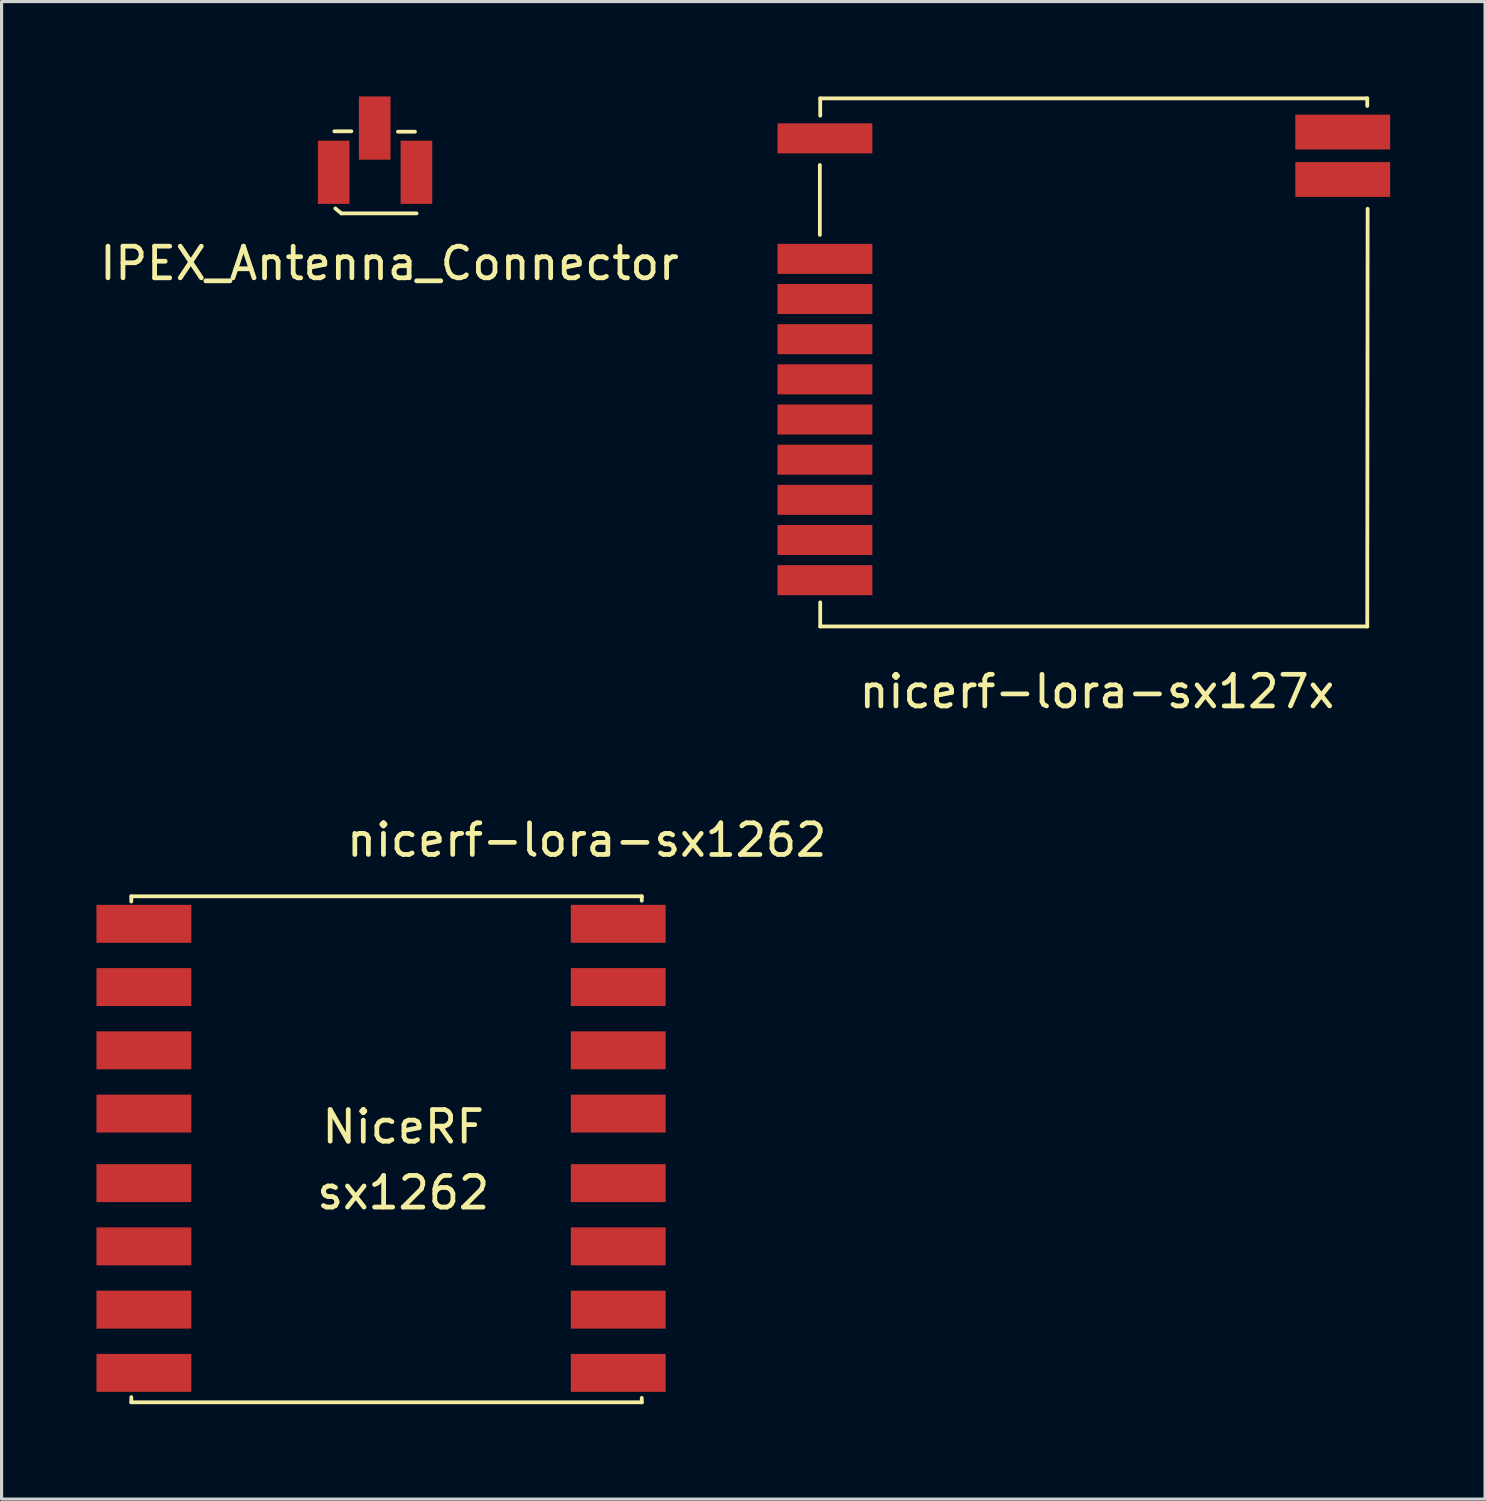
<source format=kicad_pcb>
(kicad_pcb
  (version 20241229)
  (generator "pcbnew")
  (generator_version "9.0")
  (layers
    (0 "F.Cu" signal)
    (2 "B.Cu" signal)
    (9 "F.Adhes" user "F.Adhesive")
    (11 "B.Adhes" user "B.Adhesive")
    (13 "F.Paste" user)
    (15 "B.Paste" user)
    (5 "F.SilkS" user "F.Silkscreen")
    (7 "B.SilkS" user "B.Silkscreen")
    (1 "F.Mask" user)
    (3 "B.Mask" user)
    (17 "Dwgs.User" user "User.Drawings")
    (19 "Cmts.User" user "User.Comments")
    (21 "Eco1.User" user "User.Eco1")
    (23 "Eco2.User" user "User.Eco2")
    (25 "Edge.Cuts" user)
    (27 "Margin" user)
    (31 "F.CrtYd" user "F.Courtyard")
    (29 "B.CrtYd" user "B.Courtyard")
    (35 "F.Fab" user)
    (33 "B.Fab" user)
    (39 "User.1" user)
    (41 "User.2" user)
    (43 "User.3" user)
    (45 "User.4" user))
  (footprint "IPEX_Antenna_Connector"
    (layer "F.Cu")
    (at 8.823 2.397)
    (property "Reference" "IPEX_Antenna_Connector" (at 0.445 2.883 0) (layer "F.SilkS") (effects (font (size 1 1) (thickness 0.15))))
    (attr through_hole)
    (fp_line (start -1.3 -1.295) (end -0.762 -1.295) (stroke (width 0.12) (type solid)) (layer "F.SilkS"))
    (fp_line (start -1.079 1.3) (end -1.27 1.143) (stroke (width 0.12) (type solid)) (layer "F.SilkS"))
    (fp_line (start -1.079 1.3) (end 1.3 1.3) (stroke (width 0.12) (type solid)) (layer "F.SilkS"))
    (fp_line (start 0.711 -1.283) (end 1.249 -1.283) (stroke (width 0.12) (type solid)) (layer "F.SilkS"))
    (pad "1" smd rect (at -1.321 0 270) (size 2 1) (layers "F.Cu" "F.Mask" "F.Paste"))
    (pad "1" smd rect (at 1.295 0) (size 1 2) (layers "F.Cu" "F.Mask" "F.Paste"))
    (pad "2" smd rect (at -0.025 -1.397 270) (size 2 1) (layers "F.Cu" "F.Mask" "F.Paste")))
  (footprint "nicerf-lora-sx1262"
    (layer "F.Cu")
    (at 10.5 33.763)
    (property "Reference" "nicerf-lora-sx1262" (at 5.004 -10.249 0) (layer "F.SilkS") (effects (font (size 1 1) (thickness 0.15))))
    (attr through_hole)
    (fp_line (start -9.398 -8.47) (end 6.744 -8.47) (stroke (width 0.12) (type solid)) (layer "F.SilkS"))
    (fp_line (start -9.398 -8.306) (end -9.398 -8.471) (stroke (width 0.12) (type solid)) (layer "F.SilkS"))
    (fp_line (start -9.398 7.531) (end -9.398 7.366) (stroke (width 0.12) (type solid)) (layer "F.SilkS"))
    (fp_line (start -9.398 7.531) (end 6.744 7.531) (stroke (width 0.12) (type solid)) (layer "F.SilkS"))
    (fp_line (start 6.744 -8.471) (end 6.744 -8.331) (stroke (width 0.12) (type solid)) (layer "F.SilkS"))
    (fp_line (start 6.744 7.391) (end 6.744 7.531) (stroke (width 0.12) (type solid)) (layer "F.SilkS"))
    (fp_text user "NiceRF" (at -0.8 -1.181 0) (layer "F.SilkS") (effects (font (size 1 1) (thickness 0.15))))
    (fp_text user "sx1262" (at -0.8 0.902 0) (layer "F.SilkS") (effects (font (size 1 1) (thickness 0.15))))
    (pad "1" smd rect (at -9 -7.6) (size 3 1.2) (layers "F.Cu" "F.Mask" "F.Paste"))
    (pad "2" smd rect (at -9 -5.6) (size 3 1.2) (layers "F.Cu" "F.Mask" "F.Paste"))
    (pad "3" smd rect (at -9 -3.6) (size 3 1.2) (layers "F.Cu" "F.Mask" "F.Paste"))
    (pad "4" smd rect (at -9 -1.6) (size 3 1.2) (layers "F.Cu" "F.Mask" "F.Paste"))
    (pad "5" smd rect (at -9 0.6) (size 3 1.2) (layers "F.Cu" "F.Mask" "F.Paste"))
    (pad "6" smd rect (at -9 2.6) (size 3 1.2) (layers "F.Cu" "F.Mask" "F.Paste"))
    (pad "7" smd rect (at -9 4.6) (size 3 1.2) (layers "F.Cu" "F.Mask" "F.Paste"))
    (pad "8" smd rect (at -9 6.6) (size 3 1.2) (layers "F.Cu" "F.Mask" "F.Paste"))
    (pad "9" smd rect (at 6 6.6) (size 3 1.2) (layers "F.Cu" "F.Mask" "F.Paste"))
    (pad "10" smd rect (at 6 4.6) (size 3 1.2) (layers "F.Cu" "F.Mask" "F.Paste"))
    (pad "11" smd rect (at 6 2.6) (size 3 1.2) (layers "F.Cu" "F.Mask" "F.Paste"))
    (pad "12" smd rect (at 6 0.6) (size 3 1.2) (layers "F.Cu" "F.Mask" "F.Paste"))
    (pad "13" smd rect (at 6 -1.6) (size 3 1.2) (layers "F.Cu" "F.Mask" "F.Paste"))
    (pad "14" smd rect (at 6 -3.6) (size 3 1.2) (layers "F.Cu" "F.Mask" "F.Paste"))
    (pad "15" smd rect (at 6 -5.6) (size 3 1.2) (layers "F.Cu" "F.Mask" "F.Paste"))
    (pad "16" smd rect (at 6 -7.6) (size 3 1.2) (layers "F.Cu" "F.Mask" "F.Paste")))
  (footprint "nicerf-lora-sx127x"
    (layer "F.Cu")
    (at 31.536 9.826)
    (property "Reference" "nicerf-lora-sx127x" (at 0.102 8.992 0) (layer "F.SilkS") (effects (font (size 1 1) (thickness 0.15))))
    (attr through_hole)
    (fp_line (start -8.661 -7.658) (end -8.661 -5.448) (stroke (width 0.12) (type solid)) (layer "F.SilkS"))
    (fp_line (start -8.65 -9.766) (end 8.65 -9.766) (stroke (width 0.12) (type solid)) (layer "F.SilkS"))
    (fp_line (start -8.65 6.934) (end 8.65 6.934) (stroke (width 0.12) (type solid)) (layer "F.SilkS"))
    (fp_line (start -8.649 -9.766) (end -8.649 -9.22) (stroke (width 0.12) (type solid)) (layer "F.SilkS"))
    (fp_line (start -8.649 6.172) (end -8.649 6.934) (stroke (width 0.12) (type solid)) (layer "F.SilkS"))
    (fp_line (start 8.649 -9.766) (end 8.649 -9.525) (stroke (width 0.12) (type solid)) (layer "F.SilkS"))
    (fp_line (start 8.649 6.934) (end 8.661 -6.274) (stroke (width 0.12) (type solid)) (layer "F.SilkS"))
    (pad "1" smd rect (at -8.5 -8.5) (size 3 0.95) (layers "F.Cu" "F.Mask" "F.Paste"))
    (pad "4" smd rect (at -8.5 -4.69) (size 3 0.95) (layers "F.Cu" "F.Mask" "F.Paste"))
    (pad "5" smd rect (at -8.5 -3.42) (size 3 0.95) (layers "F.Cu" "F.Mask" "F.Paste"))
    (pad "6" smd rect (at -8.5 -2.15) (size 3 0.95) (layers "F.Cu" "F.Mask" "F.Paste"))
    (pad "7" smd rect (at -8.5 -0.88) (size 3 0.95) (layers "F.Cu" "F.Mask" "F.Paste"))
    (pad "8" smd rect (at -8.5 0.39) (size 3 0.95) (layers "F.Cu" "F.Mask" "F.Paste"))
    (pad "9" smd rect (at -8.5 1.66) (size 3 0.95) (layers "F.Cu" "F.Mask" "F.Paste"))
    (pad "10" smd rect (at -8.5 2.93) (size 3 0.95) (layers "F.Cu" "F.Mask" "F.Paste"))
    (pad "11" smd rect (at -8.5 4.2) (size 3 0.95) (layers "F.Cu" "F.Mask" "F.Paste"))
    (pad "12" smd rect (at -8.5 5.47) (size 3 0.95) (layers "F.Cu" "F.Mask" "F.Paste"))
    (pad "13" smd rect (at 7.874 -8.7) (size 3 1.1) (layers "F.Cu" "F.Mask" "F.Paste"))
    (pad "14" smd rect (at 7.874 -7.2) (size 3 1.1) (layers "F.Cu" "F.Mask" "F.Paste")))
  (gr_rect
    (start -3 -3)
    (end 43.91 44.354)
    (stroke (width 0.1) (type default))
    (fill no)
    (layer "Edge.Cuts")))
</source>
